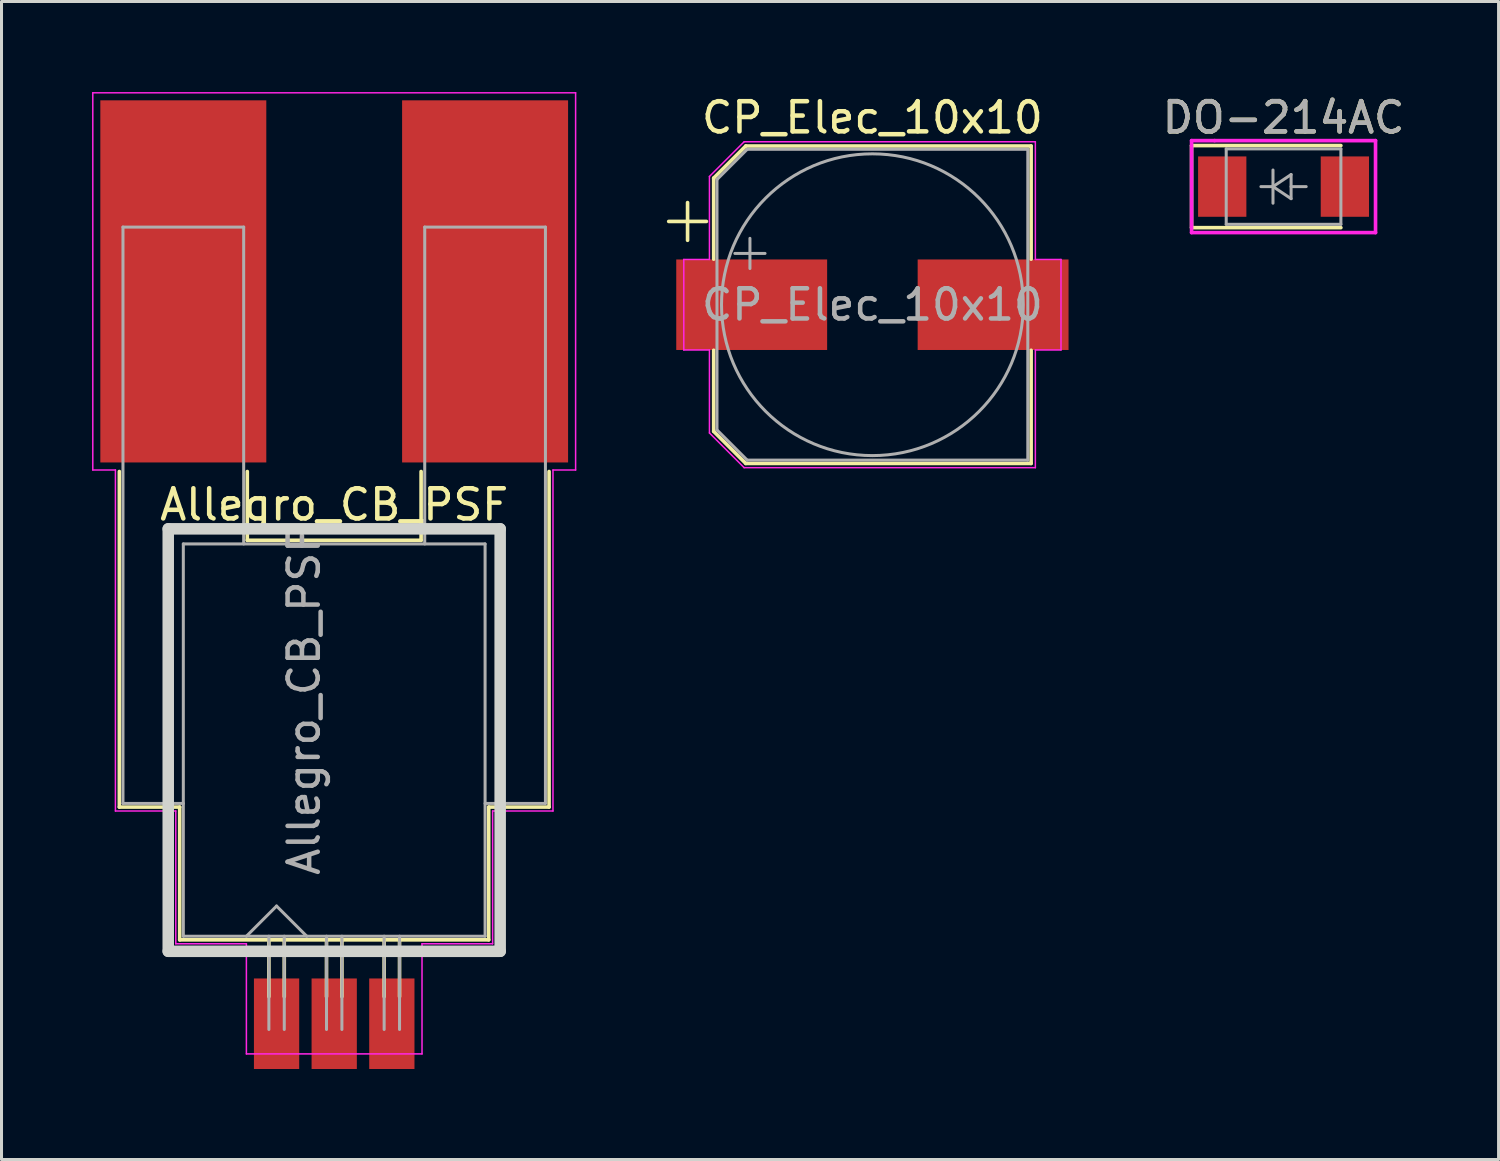
<source format=kicad_pcb>
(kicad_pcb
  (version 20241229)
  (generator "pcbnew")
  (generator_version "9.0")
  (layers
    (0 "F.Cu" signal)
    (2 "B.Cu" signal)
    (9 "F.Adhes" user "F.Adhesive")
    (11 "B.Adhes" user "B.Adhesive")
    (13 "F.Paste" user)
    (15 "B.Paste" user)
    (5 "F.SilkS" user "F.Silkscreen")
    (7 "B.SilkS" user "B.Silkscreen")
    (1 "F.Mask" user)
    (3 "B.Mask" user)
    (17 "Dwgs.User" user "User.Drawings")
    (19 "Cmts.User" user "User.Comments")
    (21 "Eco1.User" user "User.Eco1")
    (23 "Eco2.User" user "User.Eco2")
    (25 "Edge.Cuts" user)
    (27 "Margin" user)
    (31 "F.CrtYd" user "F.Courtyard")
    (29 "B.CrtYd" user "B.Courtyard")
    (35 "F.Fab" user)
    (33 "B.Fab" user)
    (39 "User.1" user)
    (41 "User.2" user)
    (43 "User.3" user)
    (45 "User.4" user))
  (footprint "Allegro_CB_PSF"
    (layer "F.Cu")
    (at 6.115 30.875)
    (property "Reference" "Allegro_CB_PSF" (at 1.91 -17.2 0) (layer "F.SilkS") (effects (font (size 1 1) (thickness 0.15))))
    (attr through_hole)
    (fp_line (start -5.21 -7.18) (end -5.21 -18.3) (stroke (width 0.12) (type solid)) (layer "F.SilkS"))
    (fp_line (start -3.21 -7.18) (end -5.21 -7.18) (stroke (width 0.12) (type solid)) (layer "F.SilkS"))
    (fp_line (start -3.21 -2.78) (end -3.21 -7.18) (stroke (width 0.12) (type solid)) (layer "F.SilkS"))
    (fp_line (start -0.97 -16.02) (end -0.97 -18.3) (stroke (width 0.12) (type solid)) (layer "F.SilkS"))
    (fp_line (start -0.97 -16.02) (end 4.79 -16.02) (stroke (width 0.12) (type solid)) (layer "F.SilkS"))
    (fp_line (start -0.255 -2.78) (end -0.255 -0.9) (stroke (width 0.12) (type solid)) (layer "F.SilkS"))
    (fp_line (start 0.255 -2.78) (end 0.255 -0.9) (stroke (width 0.12) (type solid)) (layer "F.SilkS"))
    (fp_line (start 1.655 -2.78) (end 1.655 -0.9) (stroke (width 0.12) (type solid)) (layer "F.SilkS"))
    (fp_line (start 2.165 -2.78) (end 2.165 -0.9) (stroke (width 0.12) (type solid)) (layer "F.SilkS"))
    (fp_line (start 3.565 -2.78) (end 3.565 -0.9) (stroke (width 0.12) (type solid)) (layer "F.SilkS"))
    (fp_line (start 4.075 -2.78) (end 4.075 -0.9) (stroke (width 0.12) (type solid)) (layer "F.SilkS"))
    (fp_line (start 4.79 -16.02) (end 4.79 -18.3) (stroke (width 0.12) (type solid)) (layer "F.SilkS"))
    (fp_line (start 7.03 -7.18) (end 9.03 -7.18) (stroke (width 0.12) (type solid)) (layer "F.SilkS"))
    (fp_line (start 7.03 -2.78) (end -3.21 -2.78) (stroke (width 0.12) (type solid)) (layer "F.SilkS"))
    (fp_line (start 7.03 -2.78) (end 7.03 -7.18) (stroke (width 0.12) (type solid)) (layer "F.SilkS"))
    (fp_line (start 9.03 -7.18) (end 9.03 -18.3) (stroke (width 0.12) (type solid)) (layer "F.SilkS"))
    (fp_line (start -3.59 -16.4) (end 7.41 -16.4) (stroke (width 0.381) (type solid)) (layer "Edge.Cuts"))
    (fp_line (start -3.59 -2.4) (end -3.59 -16.4) (stroke (width 0.381) (type solid)) (layer "Edge.Cuts"))
    (fp_line (start 7.41 -16.4) (end 7.41 -2.4) (stroke (width 0.381) (type solid)) (layer "Edge.Cuts"))
    (fp_line (start 7.41 -2.4) (end -3.59 -2.4) (stroke (width 0.381) (type solid)) (layer "Edge.Cuts"))
    (fp_line (start -6.09 -30.85) (end 9.91 -30.85) (stroke (width 0.05) (type solid)) (layer "F.CrtYd"))
    (fp_line (start -6.09 -18.35) (end -6.09 -30.85) (stroke (width 0.05) (type solid)) (layer "F.CrtYd"))
    (fp_line (start -6.09 -18.35) (end -5.34 -18.35) (stroke (width 0.05) (type solid)) (layer "F.CrtYd"))
    (fp_line (start -5.34 -7.05) (end -5.34 -18.35) (stroke (width 0.05) (type solid)) (layer "F.CrtYd"))
    (fp_line (start -3.34 -7.05) (end -5.34 -7.05) (stroke (width 0.05) (type solid)) (layer "F.CrtYd"))
    (fp_line (start -3.34 -7.05) (end -3.34 -2.65) (stroke (width 0.05) (type solid)) (layer "F.CrtYd"))
    (fp_line (start -1 -2.65) (end -3.34 -2.65) (stroke (width 0.05) (type solid)) (layer "F.CrtYd"))
    (fp_line (start -1 -2.65) (end -1 1) (stroke (width 0.05) (type solid)) (layer "F.CrtYd"))
    (fp_line (start 4.82 -2.65) (end 4.82 1) (stroke (width 0.05) (type solid)) (layer "F.CrtYd"))
    (fp_line (start 4.82 -2.65) (end 7.16 -2.65) (stroke (width 0.05) (type solid)) (layer "F.CrtYd"))
    (fp_line (start 4.82 1) (end -1 1) (stroke (width 0.05) (type solid)) (layer "F.CrtYd"))
    (fp_line (start 7.16 -7.05) (end 7.16 -2.65) (stroke (width 0.05) (type solid)) (layer "F.CrtYd"))
    (fp_line (start 7.16 -7.05) (end 9.16 -7.05) (stroke (width 0.05) (type solid)) (layer "F.CrtYd"))
    (fp_line (start 9.16 -18.35) (end 9.91 -18.35) (stroke (width 0.05) (type solid)) (layer "F.CrtYd"))
    (fp_line (start 9.16 -7.05) (end 9.16 -18.35) (stroke (width 0.05) (type solid)) (layer "F.CrtYd"))
    (fp_line (start 9.91 -30.85) (end 9.91 -18.35) (stroke (width 0.05) (type solid)) (layer "F.CrtYd"))
    (fp_line (start -5.09 -26.4) (end -1.09 -26.4) (stroke (width 0.1) (type solid)) (layer "F.Fab"))
    (fp_line (start -5.09 -7.3) (end -5.09 -26.4) (stroke (width 0.1) (type solid)) (layer "F.Fab"))
    (fp_line (start -5.09 -7.3) (end -3.09 -7.3) (stroke (width 0.1) (type solid)) (layer "F.Fab"))
    (fp_line (start -3.09 -15.9) (end -3.09 -2.9) (stroke (width 0.1) (type solid)) (layer "F.Fab"))
    (fp_line (start -3.09 -15.9) (end 6.91 -15.9) (stroke (width 0.1) (type solid)) (layer "F.Fab"))
    (fp_line (start -1.09 -15.9) (end -1.09 -26.4) (stroke (width 0.1) (type solid)) (layer "F.Fab"))
    (fp_line (start -0.255 -2.9) (end -0.255 0.19) (stroke (width 0.1) (type solid)) (layer "F.Fab"))
    (fp_line (start 0 -3.9) (end -1 -2.9) (stroke (width 0.1) (type solid)) (layer "F.Fab"))
    (fp_line (start 0 -3.9) (end 1 -2.9) (stroke (width 0.1) (type solid)) (layer "F.Fab"))
    (fp_line (start 0.255 -2.9) (end 0.255 0.19) (stroke (width 0.1) (type solid)) (layer "F.Fab"))
    (fp_line (start 1.655 -2.9) (end 1.655 0.19) (stroke (width 0.1) (type solid)) (layer "F.Fab"))
    (fp_line (start 2.165 -2.9) (end 2.165 0.19) (stroke (width 0.1) (type solid)) (layer "F.Fab"))
    (fp_line (start 3.565 -2.9) (end 3.565 0.19) (stroke (width 0.1) (type solid)) (layer "F.Fab"))
    (fp_line (start 4.075 -2.9) (end 4.075 0.19) (stroke (width 0.1) (type solid)) (layer "F.Fab"))
    (fp_line (start 4.91 -15.9) (end 4.91 -26.4) (stroke (width 0.1) (type solid)) (layer "F.Fab"))
    (fp_line (start 6.91 -15.9) (end 6.91 -2.9) (stroke (width 0.1) (type solid)) (layer "F.Fab"))
    (fp_line (start 6.91 -7.3) (end 8.91 -7.3) (stroke (width 0.1) (type solid)) (layer "F.Fab"))
    (fp_line (start 6.91 -2.9) (end -3.09 -2.9) (stroke (width 0.1) (type solid)) (layer "F.Fab"))
    (fp_line (start 8.91 -26.4) (end 4.91 -26.4) (stroke (width 0.1) (type solid)) (layer "F.Fab"))
    (fp_line (start 8.91 -7.3) (end 8.91 -26.4) (stroke (width 0.1) (type solid)) (layer "F.Fab"))
    (fp_text user "${REFERENCE}" (at 0.91 -10.7 90) (layer "F.Fab") (effects (font (size 1 1) (thickness 0.15))))
    (pad "1" smd rect (at 0 0) (size 1.5 3) (layers "F.Cu" "F.Mask" "F.Paste"))
    (pad "2" smd rect (at 1.91 0) (size 1.5 3) (layers "F.Cu" "F.Mask" "F.Paste"))
    (pad "3" smd rect (at 3.82 0) (size 1.5 3) (layers "F.Cu" "F.Mask" "F.Paste"))
    (pad "4" smd rect (at 6.91 -24.6) (size 5.5 12) (layers "F.Cu" "F.Mask" "F.Paste"))
    (pad "5" smd rect (at -3.09 -24.6) (size 5.5 12) (layers "F.Cu" "F.Mask" "F.Paste")))
  (footprint "CP_Elec_10x10"
    (layer "F.Cu")
    (at 25.86 7.048)
    (property "Reference" "CP_Elec_10x10" (at 0 -6.2 0) (layer "F.SilkS") (effects (font (size 1 1) (thickness 0.15))))
    (attr smd)
    (fp_line (start -6.75 -2.76) (end -5.5 -2.76) (stroke (width 0.12) (type solid)) (layer "F.SilkS"))
    (fp_line (start -6.125 -3.385) (end -6.125 -2.135) (stroke (width 0.12) (type solid)) (layer "F.SilkS"))
    (fp_line (start -5.26 -4.196) (end -5.26 -1.51) (stroke (width 0.12) (type solid)) (layer "F.SilkS"))
    (fp_line (start -5.26 -4.196) (end -4.196 -5.26) (stroke (width 0.12) (type solid)) (layer "F.SilkS"))
    (fp_line (start -5.26 4.196) (end -5.26 1.51) (stroke (width 0.12) (type solid)) (layer "F.SilkS"))
    (fp_line (start -5.26 4.196) (end -4.196 5.26) (stroke (width 0.12) (type solid)) (layer "F.SilkS"))
    (fp_line (start -4.196 -5.26) (end 5.26 -5.26) (stroke (width 0.12) (type solid)) (layer "F.SilkS"))
    (fp_line (start -4.196 5.26) (end 5.26 5.26) (stroke (width 0.12) (type solid)) (layer "F.SilkS"))
    (fp_line (start 5.26 -5.26) (end 5.26 -1.51) (stroke (width 0.12) (type solid)) (layer "F.SilkS"))
    (fp_line (start 5.26 5.26) (end 5.26 1.51) (stroke (width 0.12) (type solid)) (layer "F.SilkS"))
    (fp_line (start -6.25 -1.5) (end -6.25 1.5) (stroke (width 0.05) (type solid)) (layer "F.CrtYd"))
    (fp_line (start -6.25 1.5) (end -5.4 1.5) (stroke (width 0.05) (type solid)) (layer "F.CrtYd"))
    (fp_line (start -5.4 -4.25) (end -5.4 -1.5) (stroke (width 0.05) (type solid)) (layer "F.CrtYd"))
    (fp_line (start -5.4 -4.25) (end -4.25 -5.4) (stroke (width 0.05) (type solid)) (layer "F.CrtYd"))
    (fp_line (start -5.4 -1.5) (end -6.25 -1.5) (stroke (width 0.05) (type solid)) (layer "F.CrtYd"))
    (fp_line (start -5.4 1.5) (end -5.4 4.25) (stroke (width 0.05) (type solid)) (layer "F.CrtYd"))
    (fp_line (start -5.4 4.25) (end -4.25 5.4) (stroke (width 0.05) (type solid)) (layer "F.CrtYd"))
    (fp_line (start -4.25 -5.4) (end 5.4 -5.4) (stroke (width 0.05) (type solid)) (layer "F.CrtYd"))
    (fp_line (start -4.25 5.4) (end 5.4 5.4) (stroke (width 0.05) (type solid)) (layer "F.CrtYd"))
    (fp_line (start 5.4 -5.4) (end 5.4 -1.5) (stroke (width 0.05) (type solid)) (layer "F.CrtYd"))
    (fp_line (start 5.4 -1.5) (end 6.25 -1.5) (stroke (width 0.05) (type solid)) (layer "F.CrtYd"))
    (fp_line (start 5.4 1.5) (end 5.4 5.4) (stroke (width 0.05) (type solid)) (layer "F.CrtYd"))
    (fp_line (start 6.25 -1.5) (end 6.25 1.5) (stroke (width 0.05) (type solid)) (layer "F.CrtYd"))
    (fp_line (start 6.25 1.5) (end 5.4 1.5) (stroke (width 0.05) (type solid)) (layer "F.CrtYd"))
    (fp_line (start -5.15 -4.15) (end -5.15 4.15) (stroke (width 0.1) (type solid)) (layer "F.Fab"))
    (fp_line (start -5.15 -4.15) (end -4.15 -5.15) (stroke (width 0.1) (type solid)) (layer "F.Fab"))
    (fp_line (start -5.15 4.15) (end -4.15 5.15) (stroke (width 0.1) (type solid)) (layer "F.Fab"))
    (fp_line (start -4.558 -1.7) (end -3.558 -1.7) (stroke (width 0.1) (type solid)) (layer "F.Fab"))
    (fp_line (start -4.15 -5.15) (end 5.15 -5.15) (stroke (width 0.1) (type solid)) (layer "F.Fab"))
    (fp_line (start -4.15 5.15) (end 5.15 5.15) (stroke (width 0.1) (type solid)) (layer "F.Fab"))
    (fp_line (start -4.058 -2.2) (end -4.058 -1.2) (stroke (width 0.1) (type solid)) (layer "F.Fab"))
    (fp_line (start 5.15 -5.15) (end 5.15 5.15) (stroke (width 0.1) (type solid)) (layer "F.Fab"))
    (fp_circle (center 0 0) (end 5 0) (stroke (width 0.1) (type solid)) (fill no) (layer "F.Fab"))
    (fp_text user "${REFERENCE}" (at 0 0 0) (layer "F.Fab") (effects (font (size 1 1) (thickness 0.15))))
    (pad "1" smd rect (at -4 0) (size 5 3) (layers "F.Cu" "F.Mask" "F.Paste"))
    (pad "2" smd rect (at 4 0) (size 5 3) (layers "F.Cu" "F.Mask" "F.Paste")))
  (footprint "DO-214AC"
    (layer "F.Cu")
    (at 39.485 3.134)
    (property "Reference" "DO-214AC" (at 0 -2.286 0) (layer "F.SilkS") (effects (font (size 1 1) (thickness 0.15))))
    (attr smd)
    (fp_line (start -3.048 -1.36) (end -3.048 1.36) (stroke (width 0.12) (type solid)) (layer "F.SilkS"))
    (fp_line (start -3.048 -1.36) (end 1.9 -1.36) (stroke (width 0.12) (type solid)) (layer "F.SilkS"))
    (fp_line (start -3.048 1.36) (end 1.9 1.36) (stroke (width 0.12) (type solid)) (layer "F.SilkS"))
    (fp_line (start -3.048 -1.524) (end -2.286 -1.524) (stroke (width 0.12) (type solid)) (layer "F.CrtYd"))
    (fp_line (start -3.048 1.524) (end -3.048 -1.524) (stroke (width 0.12) (type solid)) (layer "F.CrtYd"))
    (fp_line (start -2.286 -1.524) (end 3.048 -1.524) (stroke (width 0.12) (type solid)) (layer "F.CrtYd"))
    (fp_line (start 3.048 -1.524) (end 3.048 1.524) (stroke (width 0.12) (type solid)) (layer "F.CrtYd"))
    (fp_line (start 3.048 1.524) (end -3.048 1.524) (stroke (width 0.12) (type solid)) (layer "F.CrtYd"))
    (fp_line (start -1.9 -1.25) (end 1.9 -1.25) (stroke (width 0.1) (type solid)) (layer "F.Fab"))
    (fp_line (start -1.9 1.25) (end -1.9 -1.25) (stroke (width 0.1) (type solid)) (layer "F.Fab"))
    (fp_line (start -0.75 0) (end -0.35 0) (stroke (width 0.1) (type solid)) (layer "F.Fab"))
    (fp_line (start -0.35 0) (end -0.35 -0.55) (stroke (width 0.1) (type solid)) (layer "F.Fab"))
    (fp_line (start -0.35 0) (end -0.35 0.55) (stroke (width 0.1) (type solid)) (layer "F.Fab"))
    (fp_line (start -0.35 0) (end 0.25 -0.4) (stroke (width 0.1) (type solid)) (layer "F.Fab"))
    (fp_line (start 0.25 -0.4) (end 0.25 0.4) (stroke (width 0.1) (type solid)) (layer "F.Fab"))
    (fp_line (start 0.25 0) (end 0.75 0) (stroke (width 0.1) (type solid)) (layer "F.Fab"))
    (fp_line (start 0.25 0.4) (end -0.35 0) (stroke (width 0.1) (type solid)) (layer "F.Fab"))
    (fp_line (start 1.9 -1.25) (end 1.9 1.25) (stroke (width 0.1) (type solid)) (layer "F.Fab"))
    (fp_line (start 1.9 1.25) (end -1.9 1.25) (stroke (width 0.1) (type solid)) (layer "F.Fab"))
    (fp_text user "${REFERENCE}" (at 0 -2.286 0) (layer "F.Fab") (effects (font (size 1 1) (thickness 0.15))))
    (pad "1" smd rect (at -2.032 0) (size 1.6 2) (layers "F.Cu" "F.Mask" "F.Paste"))
    (pad "2" smd rect (at 2.032 0) (size 1.6 2) (layers "F.Cu" "F.Mask" "F.Paste")))
  (gr_rect
    (start -3 -3)
    (end 46.61 35.375)
    (stroke (width 0.1) (type default))
    (fill no)
    (layer "Edge.Cuts")))
</source>
